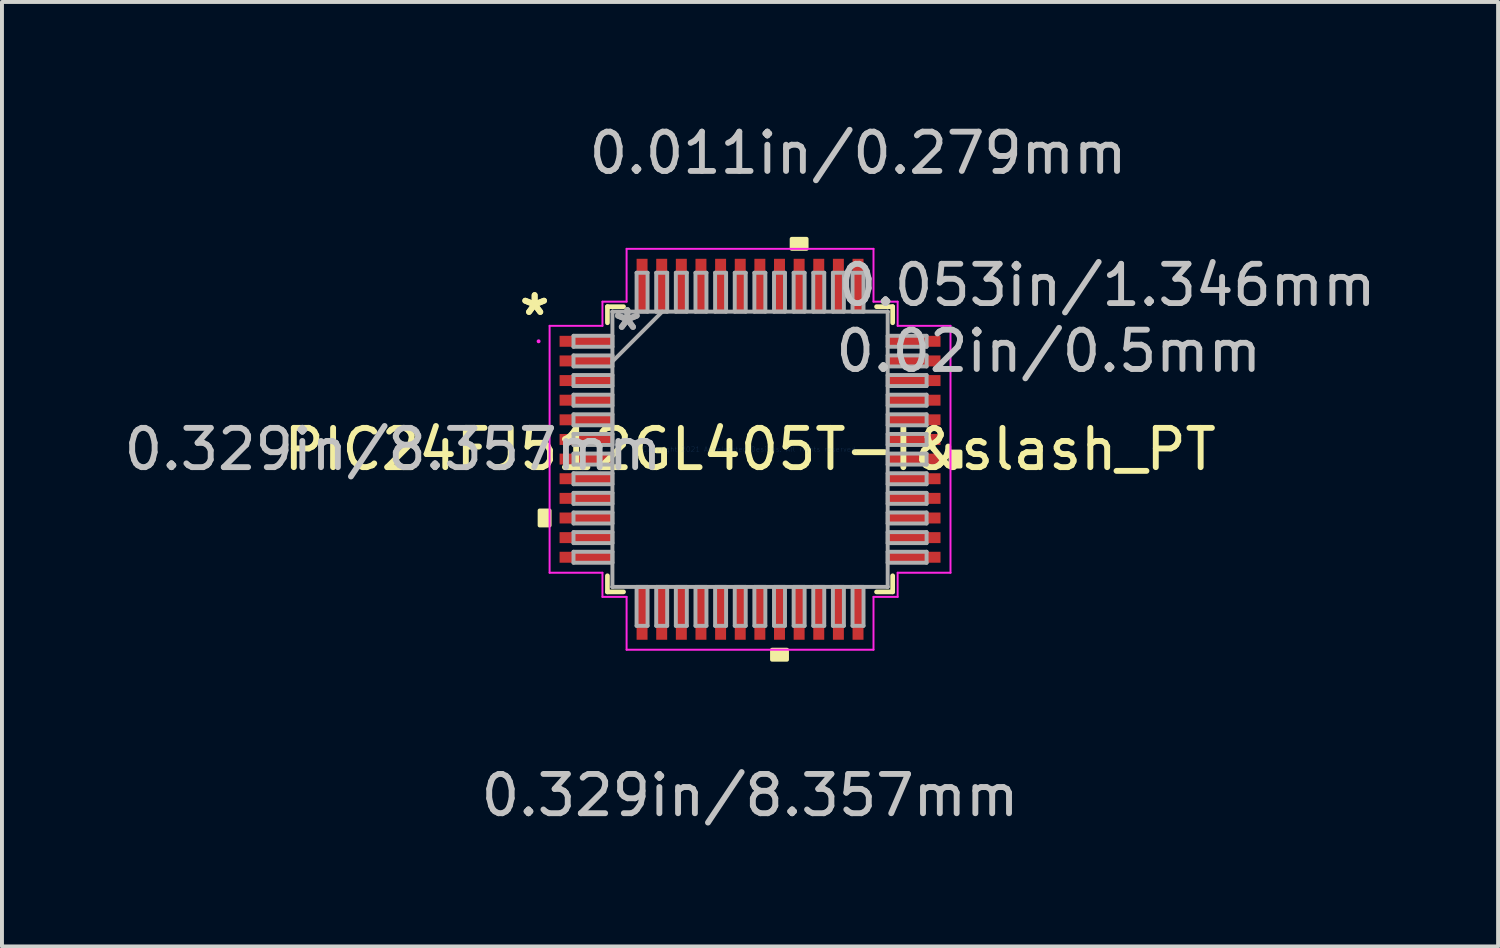
<source format=kicad_pcb>
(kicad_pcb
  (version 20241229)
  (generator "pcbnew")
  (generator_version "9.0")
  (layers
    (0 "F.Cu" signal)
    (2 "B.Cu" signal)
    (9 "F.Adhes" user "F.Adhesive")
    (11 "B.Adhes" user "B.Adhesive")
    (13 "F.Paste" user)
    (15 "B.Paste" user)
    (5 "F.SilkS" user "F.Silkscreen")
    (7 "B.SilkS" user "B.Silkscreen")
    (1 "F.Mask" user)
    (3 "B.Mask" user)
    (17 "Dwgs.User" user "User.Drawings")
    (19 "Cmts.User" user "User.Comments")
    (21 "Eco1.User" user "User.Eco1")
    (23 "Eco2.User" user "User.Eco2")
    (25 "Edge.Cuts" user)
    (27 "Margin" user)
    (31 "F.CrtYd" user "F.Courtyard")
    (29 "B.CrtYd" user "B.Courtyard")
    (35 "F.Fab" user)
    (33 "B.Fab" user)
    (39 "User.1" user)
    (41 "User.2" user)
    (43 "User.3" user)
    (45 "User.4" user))
  (footprint "PIC24FJ512GL405T-I&slash_PT"
    (layer "F.Cu")
    (at 16.052 8.392)
    (property "Reference" "PIC24FJ512GL405T-I&slash_PT" (at 0 0 0) (layer "F.SilkS") (effects (font (size 1 1) (thickness 0.15))))
    (attr through_hole)
    (fp_line (start -3.632 -3.632) (end -3.632 -3.222) (stroke (width 0.12) (type solid)) (layer "F.SilkS"))
    (fp_line (start -3.632 3.222) (end -3.632 3.632) (stroke (width 0.12) (type solid)) (layer "F.SilkS"))
    (fp_line (start -3.632 3.632) (end -3.222 3.632) (stroke (width 0.12) (type solid)) (layer "F.SilkS"))
    (fp_line (start -3.222 -3.632) (end -3.632 -3.632) (stroke (width 0.12) (type solid)) (layer "F.SilkS"))
    (fp_line (start 3.222 3.632) (end 3.632 3.632) (stroke (width 0.12) (type solid)) (layer "F.SilkS"))
    (fp_line (start 3.632 -3.632) (end 3.222 -3.632) (stroke (width 0.12) (type solid)) (layer "F.SilkS"))
    (fp_line (start 3.632 -3.222) (end 3.632 -3.632) (stroke (width 0.12) (type solid)) (layer "F.SilkS"))
    (fp_line (start 3.632 3.632) (end 3.632 3.222) (stroke (width 0.12) (type solid)) (layer "F.SilkS"))
    (fp_poly (pts (xy -5.359 1.559) (xy -5.359 1.94) (xy -5.105 1.94) (xy -5.105 1.559)) (stroke (width 0.1) (type solid)) (fill yes) (layer "F.SilkS"))
    (fp_poly (pts (xy 0.56 5.105) (xy 0.56 5.359) (xy 0.941 5.359) (xy 0.941 5.105)) (stroke (width 0.1) (type solid)) (fill yes) (layer "F.SilkS"))
    (fp_poly (pts (xy 1.06 -5.105) (xy 1.06 -5.359) (xy 1.44 -5.359) (xy 1.44 -5.105)) (stroke (width 0.1) (type solid)) (fill yes) (layer "F.SilkS"))
    (fp_poly (pts (xy 5.359 0.059) (xy 5.359 0.441) (xy 5.105 0.441) (xy 5.105 0.059)) (stroke (width 0.1) (type solid)) (fill yes) (layer "F.SilkS"))
    (fp_line (start -5.105 -3.144) (end -3.759 -3.144) (stroke (width 0.05) (type solid)) (layer "F.CrtYd"))
    (fp_line (start -5.105 3.144) (end -5.105 -3.144) (stroke (width 0.05) (type solid)) (layer "F.CrtYd"))
    (fp_line (start -3.759 -3.759) (end -3.144 -3.759) (stroke (width 0.05) (type solid)) (layer "F.CrtYd"))
    (fp_line (start -3.759 -3.144) (end -3.759 -3.759) (stroke (width 0.05) (type solid)) (layer "F.CrtYd"))
    (fp_line (start -3.759 3.144) (end -5.105 3.144) (stroke (width 0.05) (type solid)) (layer "F.CrtYd"))
    (fp_line (start -3.759 3.759) (end -3.759 3.144) (stroke (width 0.05) (type solid)) (layer "F.CrtYd"))
    (fp_line (start -3.144 -5.105) (end 3.144 -5.105) (stroke (width 0.05) (type solid)) (layer "F.CrtYd"))
    (fp_line (start -3.144 -3.759) (end -3.144 -5.105) (stroke (width 0.05) (type solid)) (layer "F.CrtYd"))
    (fp_line (start -3.144 3.759) (end -3.759 3.759) (stroke (width 0.05) (type solid)) (layer "F.CrtYd"))
    (fp_line (start -3.144 5.105) (end -3.144 3.759) (stroke (width 0.05) (type solid)) (layer "F.CrtYd"))
    (fp_line (start 3.144 -5.105) (end 3.144 -3.759) (stroke (width 0.05) (type solid)) (layer "F.CrtYd"))
    (fp_line (start 3.144 -3.759) (end 3.759 -3.759) (stroke (width 0.05) (type solid)) (layer "F.CrtYd"))
    (fp_line (start 3.144 3.759) (end 3.144 5.105) (stroke (width 0.05) (type solid)) (layer "F.CrtYd"))
    (fp_line (start 3.144 5.105) (end -3.144 5.105) (stroke (width 0.05) (type solid)) (layer "F.CrtYd"))
    (fp_line (start 3.759 -3.759) (end 3.759 -3.144) (stroke (width 0.05) (type solid)) (layer "F.CrtYd"))
    (fp_line (start 3.759 -3.144) (end 5.105 -3.144) (stroke (width 0.05) (type solid)) (layer "F.CrtYd"))
    (fp_line (start 3.759 3.144) (end 3.759 3.759) (stroke (width 0.05) (type solid)) (layer "F.CrtYd"))
    (fp_line (start 3.759 3.759) (end 3.144 3.759) (stroke (width 0.05) (type solid)) (layer "F.CrtYd"))
    (fp_line (start 5.105 -3.144) (end 5.105 3.144) (stroke (width 0.05) (type solid)) (layer "F.CrtYd"))
    (fp_line (start 5.105 3.144) (end 3.759 3.144) (stroke (width 0.05) (type solid)) (layer "F.CrtYd"))
    (fp_circle (center -5.385 -2.75) (end -5.385 -2.75) (stroke (width 0.05) (type solid)) (fill no) (layer "F.CrtYd"))
    (fp_line (start -4.496 -2.89) (end -4.496 -2.61) (stroke (width 0.1) (type solid)) (layer "F.Fab"))
    (fp_line (start -4.496 -2.61) (end -3.505 -2.61) (stroke (width 0.1) (type solid)) (layer "F.Fab"))
    (fp_line (start -4.496 -2.39) (end -4.496 -2.11) (stroke (width 0.1) (type solid)) (layer "F.Fab"))
    (fp_line (start -4.496 -2.11) (end -3.505 -2.11) (stroke (width 0.1) (type solid)) (layer "F.Fab"))
    (fp_line (start -4.496 -1.89) (end -4.496 -1.61) (stroke (width 0.1) (type solid)) (layer "F.Fab"))
    (fp_line (start -4.496 -1.61) (end -3.505 -1.61) (stroke (width 0.1) (type solid)) (layer "F.Fab"))
    (fp_line (start -4.496 -1.39) (end -4.496 -1.11) (stroke (width 0.1) (type solid)) (layer "F.Fab"))
    (fp_line (start -4.496 -1.11) (end -3.505 -1.11) (stroke (width 0.1) (type solid)) (layer "F.Fab"))
    (fp_line (start -4.496 -0.89) (end -4.496 -0.61) (stroke (width 0.1) (type solid)) (layer "F.Fab"))
    (fp_line (start -4.496 -0.61) (end -3.505 -0.61) (stroke (width 0.1) (type solid)) (layer "F.Fab"))
    (fp_line (start -4.496 -0.39) (end -4.496 -0.11) (stroke (width 0.1) (type solid)) (layer "F.Fab"))
    (fp_line (start -4.496 -0.11) (end -3.505 -0.11) (stroke (width 0.1) (type solid)) (layer "F.Fab"))
    (fp_line (start -4.496 0.11) (end -4.496 0.39) (stroke (width 0.1) (type solid)) (layer "F.Fab"))
    (fp_line (start -4.496 0.39) (end -3.505 0.39) (stroke (width 0.1) (type solid)) (layer "F.Fab"))
    (fp_line (start -4.496 0.61) (end -4.496 0.89) (stroke (width 0.1) (type solid)) (layer "F.Fab"))
    (fp_line (start -4.496 0.89) (end -3.505 0.89) (stroke (width 0.1) (type solid)) (layer "F.Fab"))
    (fp_line (start -4.496 1.11) (end -4.496 1.39) (stroke (width 0.1) (type solid)) (layer "F.Fab"))
    (fp_line (start -4.496 1.39) (end -3.505 1.39) (stroke (width 0.1) (type solid)) (layer "F.Fab"))
    (fp_line (start -4.496 1.61) (end -4.496 1.89) (stroke (width 0.1) (type solid)) (layer "F.Fab"))
    (fp_line (start -4.496 1.89) (end -3.505 1.89) (stroke (width 0.1) (type solid)) (layer "F.Fab"))
    (fp_line (start -4.496 2.11) (end -4.496 2.39) (stroke (width 0.1) (type solid)) (layer "F.Fab"))
    (fp_line (start -4.496 2.39) (end -3.505 2.39) (stroke (width 0.1) (type solid)) (layer "F.Fab"))
    (fp_line (start -4.496 2.61) (end -4.496 2.89) (stroke (width 0.1) (type solid)) (layer "F.Fab"))
    (fp_line (start -4.496 2.89) (end -3.505 2.89) (stroke (width 0.1) (type solid)) (layer "F.Fab"))
    (fp_line (start -3.505 -3.505) (end -3.505 -3.505) (stroke (width 0.1) (type solid)) (layer "F.Fab"))
    (fp_line (start -3.505 -3.505) (end -3.505 3.505) (stroke (width 0.1) (type solid)) (layer "F.Fab"))
    (fp_line (start -3.505 -2.89) (end -4.496 -2.89) (stroke (width 0.1) (type solid)) (layer "F.Fab"))
    (fp_line (start -3.505 -2.61) (end -3.505 -2.89) (stroke (width 0.1) (type solid)) (layer "F.Fab"))
    (fp_line (start -3.505 -2.39) (end -4.496 -2.39) (stroke (width 0.1) (type solid)) (layer "F.Fab"))
    (fp_line (start -3.505 -2.235) (end -2.235 -3.505) (stroke (width 0.1) (type solid)) (layer "F.Fab"))
    (fp_line (start -3.505 -2.11) (end -3.505 -2.39) (stroke (width 0.1) (type solid)) (layer "F.Fab"))
    (fp_line (start -3.505 -1.89) (end -4.496 -1.89) (stroke (width 0.1) (type solid)) (layer "F.Fab"))
    (fp_line (start -3.505 -1.61) (end -3.505 -1.89) (stroke (width 0.1) (type solid)) (layer "F.Fab"))
    (fp_line (start -3.505 -1.39) (end -4.496 -1.39) (stroke (width 0.1) (type solid)) (layer "F.Fab"))
    (fp_line (start -3.505 -1.11) (end -3.505 -1.39) (stroke (width 0.1) (type solid)) (layer "F.Fab"))
    (fp_line (start -3.505 -0.89) (end -4.496 -0.89) (stroke (width 0.1) (type solid)) (layer "F.Fab"))
    (fp_line (start -3.505 -0.61) (end -3.505 -0.89) (stroke (width 0.1) (type solid)) (layer "F.Fab"))
    (fp_line (start -3.505 -0.39) (end -4.496 -0.39) (stroke (width 0.1) (type solid)) (layer "F.Fab"))
    (fp_line (start -3.505 -0.11) (end -3.505 -0.39) (stroke (width 0.1) (type solid)) (layer "F.Fab"))
    (fp_line (start -3.505 0.11) (end -4.496 0.11) (stroke (width 0.1) (type solid)) (layer "F.Fab"))
    (fp_line (start -3.505 0.39) (end -3.505 0.11) (stroke (width 0.1) (type solid)) (layer "F.Fab"))
    (fp_line (start -3.505 0.61) (end -4.496 0.61) (stroke (width 0.1) (type solid)) (layer "F.Fab"))
    (fp_line (start -3.505 0.89) (end -3.505 0.61) (stroke (width 0.1) (type solid)) (layer "F.Fab"))
    (fp_line (start -3.505 1.11) (end -4.496 1.11) (stroke (width 0.1) (type solid)) (layer "F.Fab"))
    (fp_line (start -3.505 1.39) (end -3.505 1.11) (stroke (width 0.1) (type solid)) (layer "F.Fab"))
    (fp_line (start -3.505 1.61) (end -4.496 1.61) (stroke (width 0.1) (type solid)) (layer "F.Fab"))
    (fp_line (start -3.505 1.89) (end -3.505 1.61) (stroke (width 0.1) (type solid)) (layer "F.Fab"))
    (fp_line (start -3.505 2.11) (end -4.496 2.11) (stroke (width 0.1) (type solid)) (layer "F.Fab"))
    (fp_line (start -3.505 2.39) (end -3.505 2.11) (stroke (width 0.1) (type solid)) (layer "F.Fab"))
    (fp_line (start -3.505 2.61) (end -4.496 2.61) (stroke (width 0.1) (type solid)) (layer "F.Fab"))
    (fp_line (start -3.505 2.89) (end -3.505 2.61) (stroke (width 0.1) (type solid)) (layer "F.Fab"))
    (fp_line (start -3.505 3.505) (end -3.505 3.505) (stroke (width 0.1) (type solid)) (layer "F.Fab"))
    (fp_line (start -3.505 3.505) (end 3.505 3.505) (stroke (width 0.1) (type solid)) (layer "F.Fab"))
    (fp_line (start -2.89 -4.496) (end -2.89 -3.505) (stroke (width 0.1) (type solid)) (layer "F.Fab"))
    (fp_line (start -2.89 -3.505) (end -2.61 -3.505) (stroke (width 0.1) (type solid)) (layer "F.Fab"))
    (fp_line (start -2.89 3.505) (end -2.89 4.496) (stroke (width 0.1) (type solid)) (layer "F.Fab"))
    (fp_line (start -2.89 4.496) (end -2.61 4.496) (stroke (width 0.1) (type solid)) (layer "F.Fab"))
    (fp_line (start -2.61 -4.496) (end -2.89 -4.496) (stroke (width 0.1) (type solid)) (layer "F.Fab"))
    (fp_line (start -2.61 -3.505) (end -2.61 -4.496) (stroke (width 0.1) (type solid)) (layer "F.Fab"))
    (fp_line (start -2.61 3.505) (end -2.89 3.505) (stroke (width 0.1) (type solid)) (layer "F.Fab"))
    (fp_line (start -2.61 4.496) (end -2.61 3.505) (stroke (width 0.1) (type solid)) (layer "F.Fab"))
    (fp_line (start -2.39 -4.496) (end -2.39 -3.505) (stroke (width 0.1) (type solid)) (layer "F.Fab"))
    (fp_line (start -2.39 -3.505) (end -2.11 -3.505) (stroke (width 0.1) (type solid)) (layer "F.Fab"))
    (fp_line (start -2.39 3.505) (end -2.39 4.496) (stroke (width 0.1) (type solid)) (layer "F.Fab"))
    (fp_line (start -2.39 4.496) (end -2.11 4.496) (stroke (width 0.1) (type solid)) (layer "F.Fab"))
    (fp_line (start -2.11 -4.496) (end -2.39 -4.496) (stroke (width 0.1) (type solid)) (layer "F.Fab"))
    (fp_line (start -2.11 -3.505) (end -2.11 -4.496) (stroke (width 0.1) (type solid)) (layer "F.Fab"))
    (fp_line (start -2.11 3.505) (end -2.39 3.505) (stroke (width 0.1) (type solid)) (layer "F.Fab"))
    (fp_line (start -2.11 4.496) (end -2.11 3.505) (stroke (width 0.1) (type solid)) (layer "F.Fab"))
    (fp_line (start -1.89 -4.496) (end -1.89 -3.505) (stroke (width 0.1) (type solid)) (layer "F.Fab"))
    (fp_line (start -1.89 -3.505) (end -1.61 -3.505) (stroke (width 0.1) (type solid)) (layer "F.Fab"))
    (fp_line (start -1.89 3.505) (end -1.89 4.496) (stroke (width 0.1) (type solid)) (layer "F.Fab"))
    (fp_line (start -1.89 4.496) (end -1.61 4.496) (stroke (width 0.1) (type solid)) (layer "F.Fab"))
    (fp_line (start -1.61 -4.496) (end -1.89 -4.496) (stroke (width 0.1) (type solid)) (layer "F.Fab"))
    (fp_line (start -1.61 -3.505) (end -1.61 -4.496) (stroke (width 0.1) (type solid)) (layer "F.Fab"))
    (fp_line (start -1.61 3.505) (end -1.89 3.505) (stroke (width 0.1) (type solid)) (layer "F.Fab"))
    (fp_line (start -1.61 4.496) (end -1.61 3.505) (stroke (width 0.1) (type solid)) (layer "F.Fab"))
    (fp_line (start -1.39 -4.496) (end -1.39 -3.505) (stroke (width 0.1) (type solid)) (layer "F.Fab"))
    (fp_line (start -1.39 -3.505) (end -1.11 -3.505) (stroke (width 0.1) (type solid)) (layer "F.Fab"))
    (fp_line (start -1.39 3.505) (end -1.39 4.496) (stroke (width 0.1) (type solid)) (layer "F.Fab"))
    (fp_line (start -1.39 4.496) (end -1.11 4.496) (stroke (width 0.1) (type solid)) (layer "F.Fab"))
    (fp_line (start -1.11 -4.496) (end -1.39 -4.496) (stroke (width 0.1) (type solid)) (layer "F.Fab"))
    (fp_line (start -1.11 -3.505) (end -1.11 -4.496) (stroke (width 0.1) (type solid)) (layer "F.Fab"))
    (fp_line (start -1.11 3.505) (end -1.39 3.505) (stroke (width 0.1) (type solid)) (layer "F.Fab"))
    (fp_line (start -1.11 4.496) (end -1.11 3.505) (stroke (width 0.1) (type solid)) (layer "F.Fab"))
    (fp_line (start -0.89 -4.496) (end -0.89 -3.505) (stroke (width 0.1) (type solid)) (layer "F.Fab"))
    (fp_line (start -0.89 -3.505) (end -0.61 -3.505) (stroke (width 0.1) (type solid)) (layer "F.Fab"))
    (fp_line (start -0.89 3.505) (end -0.89 4.496) (stroke (width 0.1) (type solid)) (layer "F.Fab"))
    (fp_line (start -0.89 4.496) (end -0.61 4.496) (stroke (width 0.1) (type solid)) (layer "F.Fab"))
    (fp_line (start -0.61 -4.496) (end -0.89 -4.496) (stroke (width 0.1) (type solid)) (layer "F.Fab"))
    (fp_line (start -0.61 -3.505) (end -0.61 -4.496) (stroke (width 0.1) (type solid)) (layer "F.Fab"))
    (fp_line (start -0.61 3.505) (end -0.89 3.505) (stroke (width 0.1) (type solid)) (layer "F.Fab"))
    (fp_line (start -0.61 4.496) (end -0.61 3.505) (stroke (width 0.1) (type solid)) (layer "F.Fab"))
    (fp_line (start -0.39 -4.496) (end -0.39 -3.505) (stroke (width 0.1) (type solid)) (layer "F.Fab"))
    (fp_line (start -0.39 -3.505) (end -0.11 -3.505) (stroke (width 0.1) (type solid)) (layer "F.Fab"))
    (fp_line (start -0.39 3.505) (end -0.39 4.496) (stroke (width 0.1) (type solid)) (layer "F.Fab"))
    (fp_line (start -0.39 4.496) (end -0.11 4.496) (stroke (width 0.1) (type solid)) (layer "F.Fab"))
    (fp_line (start -0.11 -4.496) (end -0.39 -4.496) (stroke (width 0.1) (type solid)) (layer "F.Fab"))
    (fp_line (start -0.11 -3.505) (end -0.11 -4.496) (stroke (width 0.1) (type solid)) (layer "F.Fab"))
    (fp_line (start -0.11 3.505) (end -0.39 3.505) (stroke (width 0.1) (type solid)) (layer "F.Fab"))
    (fp_line (start -0.11 4.496) (end -0.11 3.505) (stroke (width 0.1) (type solid)) (layer "F.Fab"))
    (fp_line (start 0.11 -4.496) (end 0.11 -3.505) (stroke (width 0.1) (type solid)) (layer "F.Fab"))
    (fp_line (start 0.11 -3.505) (end 0.39 -3.505) (stroke (width 0.1) (type solid)) (layer "F.Fab"))
    (fp_line (start 0.11 3.505) (end 0.11 4.496) (stroke (width 0.1) (type solid)) (layer "F.Fab"))
    (fp_line (start 0.11 4.496) (end 0.39 4.496) (stroke (width 0.1) (type solid)) (layer "F.Fab"))
    (fp_line (start 0.39 -4.496) (end 0.11 -4.496) (stroke (width 0.1) (type solid)) (layer "F.Fab"))
    (fp_line (start 0.39 -3.505) (end 0.39 -4.496) (stroke (width 0.1) (type solid)) (layer "F.Fab"))
    (fp_line (start 0.39 3.505) (end 0.11 3.505) (stroke (width 0.1) (type solid)) (layer "F.Fab"))
    (fp_line (start 0.39 4.496) (end 0.39 3.505) (stroke (width 0.1) (type solid)) (layer "F.Fab"))
    (fp_line (start 0.61 -4.496) (end 0.61 -3.505) (stroke (width 0.1) (type solid)) (layer "F.Fab"))
    (fp_line (start 0.61 -3.505) (end 0.89 -3.505) (stroke (width 0.1) (type solid)) (layer "F.Fab"))
    (fp_line (start 0.61 3.505) (end 0.61 4.496) (stroke (width 0.1) (type solid)) (layer "F.Fab"))
    (fp_line (start 0.61 4.496) (end 0.89 4.496) (stroke (width 0.1) (type solid)) (layer "F.Fab"))
    (fp_line (start 0.89 -4.496) (end 0.61 -4.496) (stroke (width 0.1) (type solid)) (layer "F.Fab"))
    (fp_line (start 0.89 -3.505) (end 0.89 -4.496) (stroke (width 0.1) (type solid)) (layer "F.Fab"))
    (fp_line (start 0.89 3.505) (end 0.61 3.505) (stroke (width 0.1) (type solid)) (layer "F.Fab"))
    (fp_line (start 0.89 4.496) (end 0.89 3.505) (stroke (width 0.1) (type solid)) (layer "F.Fab"))
    (fp_line (start 1.11 -4.496) (end 1.11 -3.505) (stroke (width 0.1) (type solid)) (layer "F.Fab"))
    (fp_line (start 1.11 -3.505) (end 1.39 -3.505) (stroke (width 0.1) (type solid)) (layer "F.Fab"))
    (fp_line (start 1.11 3.505) (end 1.11 4.496) (stroke (width 0.1) (type solid)) (layer "F.Fab"))
    (fp_line (start 1.11 4.496) (end 1.39 4.496) (stroke (width 0.1) (type solid)) (layer "F.Fab"))
    (fp_line (start 1.39 -4.496) (end 1.11 -4.496) (stroke (width 0.1) (type solid)) (layer "F.Fab"))
    (fp_line (start 1.39 -3.505) (end 1.39 -4.496) (stroke (width 0.1) (type solid)) (layer "F.Fab"))
    (fp_line (start 1.39 3.505) (end 1.11 3.505) (stroke (width 0.1) (type solid)) (layer "F.Fab"))
    (fp_line (start 1.39 4.496) (end 1.39 3.505) (stroke (width 0.1) (type solid)) (layer "F.Fab"))
    (fp_line (start 1.61 -4.496) (end 1.61 -3.505) (stroke (width 0.1) (type solid)) (layer "F.Fab"))
    (fp_line (start 1.61 -3.505) (end 1.89 -3.505) (stroke (width 0.1) (type solid)) (layer "F.Fab"))
    (fp_line (start 1.61 3.505) (end 1.61 4.496) (stroke (width 0.1) (type solid)) (layer "F.Fab"))
    (fp_line (start 1.61 4.496) (end 1.89 4.496) (stroke (width 0.1) (type solid)) (layer "F.Fab"))
    (fp_line (start 1.89 -4.496) (end 1.61 -4.496) (stroke (width 0.1) (type solid)) (layer "F.Fab"))
    (fp_line (start 1.89 -3.505) (end 1.89 -4.496) (stroke (width 0.1) (type solid)) (layer "F.Fab"))
    (fp_line (start 1.89 3.505) (end 1.61 3.505) (stroke (width 0.1) (type solid)) (layer "F.Fab"))
    (fp_line (start 1.89 4.496) (end 1.89 3.505) (stroke (width 0.1) (type solid)) (layer "F.Fab"))
    (fp_line (start 2.11 -4.496) (end 2.11 -3.505) (stroke (width 0.1) (type solid)) (layer "F.Fab"))
    (fp_line (start 2.11 -3.505) (end 2.39 -3.505) (stroke (width 0.1) (type solid)) (layer "F.Fab"))
    (fp_line (start 2.11 3.505) (end 2.11 4.496) (stroke (width 0.1) (type solid)) (layer "F.Fab"))
    (fp_line (start 2.11 4.496) (end 2.39 4.496) (stroke (width 0.1) (type solid)) (layer "F.Fab"))
    (fp_line (start 2.39 -4.496) (end 2.11 -4.496) (stroke (width 0.1) (type solid)) (layer "F.Fab"))
    (fp_line (start 2.39 -3.505) (end 2.39 -4.496) (stroke (width 0.1) (type solid)) (layer "F.Fab"))
    (fp_line (start 2.39 3.505) (end 2.11 3.505) (stroke (width 0.1) (type solid)) (layer "F.Fab"))
    (fp_line (start 2.39 4.496) (end 2.39 3.505) (stroke (width 0.1) (type solid)) (layer "F.Fab"))
    (fp_line (start 2.61 -4.496) (end 2.61 -3.505) (stroke (width 0.1) (type solid)) (layer "F.Fab"))
    (fp_line (start 2.61 -3.505) (end 2.89 -3.505) (stroke (width 0.1) (type solid)) (layer "F.Fab"))
    (fp_line (start 2.61 3.505) (end 2.61 4.496) (stroke (width 0.1) (type solid)) (layer "F.Fab"))
    (fp_line (start 2.61 4.496) (end 2.89 4.496) (stroke (width 0.1) (type solid)) (layer "F.Fab"))
    (fp_line (start 2.89 -4.496) (end 2.61 -4.496) (stroke (width 0.1) (type solid)) (layer "F.Fab"))
    (fp_line (start 2.89 -3.505) (end 2.89 -4.496) (stroke (width 0.1) (type solid)) (layer "F.Fab"))
    (fp_line (start 2.89 3.505) (end 2.61 3.505) (stroke (width 0.1) (type solid)) (layer "F.Fab"))
    (fp_line (start 2.89 4.496) (end 2.89 3.505) (stroke (width 0.1) (type solid)) (layer "F.Fab"))
    (fp_line (start 3.505 -3.505) (end -3.505 -3.505) (stroke (width 0.1) (type solid)) (layer "F.Fab"))
    (fp_line (start 3.505 -3.505) (end 3.505 -3.505) (stroke (width 0.1) (type solid)) (layer "F.Fab"))
    (fp_line (start 3.505 -2.89) (end 3.505 -2.61) (stroke (width 0.1) (type solid)) (layer "F.Fab"))
    (fp_line (start 3.505 -2.61) (end 4.496 -2.61) (stroke (width 0.1) (type solid)) (layer "F.Fab"))
    (fp_line (start 3.505 -2.39) (end 3.505 -2.11) (stroke (width 0.1) (type solid)) (layer "F.Fab"))
    (fp_line (start 3.505 -2.11) (end 4.496 -2.11) (stroke (width 0.1) (type solid)) (layer "F.Fab"))
    (fp_line (start 3.505 -1.89) (end 3.505 -1.61) (stroke (width 0.1) (type solid)) (layer "F.Fab"))
    (fp_line (start 3.505 -1.61) (end 4.496 -1.61) (stroke (width 0.1) (type solid)) (layer "F.Fab"))
    (fp_line (start 3.505 -1.39) (end 3.505 -1.11) (stroke (width 0.1) (type solid)) (layer "F.Fab"))
    (fp_line (start 3.505 -1.11) (end 4.496 -1.11) (stroke (width 0.1) (type solid)) (layer "F.Fab"))
    (fp_line (start 3.505 -0.89) (end 3.505 -0.61) (stroke (width 0.1) (type solid)) (layer "F.Fab"))
    (fp_line (start 3.505 -0.61) (end 4.496 -0.61) (stroke (width 0.1) (type solid)) (layer "F.Fab"))
    (fp_line (start 3.505 -0.39) (end 3.505 -0.11) (stroke (width 0.1) (type solid)) (layer "F.Fab"))
    (fp_line (start 3.505 -0.11) (end 4.496 -0.11) (stroke (width 0.1) (type solid)) (layer "F.Fab"))
    (fp_line (start 3.505 0.11) (end 3.505 0.39) (stroke (width 0.1) (type solid)) (layer "F.Fab"))
    (fp_line (start 3.505 0.39) (end 4.496 0.39) (stroke (width 0.1) (type solid)) (layer "F.Fab"))
    (fp_line (start 3.505 0.61) (end 3.505 0.89) (stroke (width 0.1) (type solid)) (layer "F.Fab"))
    (fp_line (start 3.505 0.89) (end 4.496 0.89) (stroke (width 0.1) (type solid)) (layer "F.Fab"))
    (fp_line (start 3.505 1.11) (end 3.505 1.39) (stroke (width 0.1) (type solid)) (layer "F.Fab"))
    (fp_line (start 3.505 1.39) (end 4.496 1.39) (stroke (width 0.1) (type solid)) (layer "F.Fab"))
    (fp_line (start 3.505 1.61) (end 3.505 1.89) (stroke (width 0.1) (type solid)) (layer "F.Fab"))
    (fp_line (start 3.505 1.89) (end 4.496 1.89) (stroke (width 0.1) (type solid)) (layer "F.Fab"))
    (fp_line (start 3.505 2.11) (end 3.505 2.39) (stroke (width 0.1) (type solid)) (layer "F.Fab"))
    (fp_line (start 3.505 2.39) (end 4.496 2.39) (stroke (width 0.1) (type solid)) (layer "F.Fab"))
    (fp_line (start 3.505 2.61) (end 3.505 2.89) (stroke (width 0.1) (type solid)) (layer "F.Fab"))
    (fp_line (start 3.505 2.89) (end 4.496 2.89) (stroke (width 0.1) (type solid)) (layer "F.Fab"))
    (fp_line (start 3.505 3.505) (end 3.505 -3.505) (stroke (width 0.1) (type solid)) (layer "F.Fab"))
    (fp_line (start 3.505 3.505) (end 3.505 3.505) (stroke (width 0.1) (type solid)) (layer "F.Fab"))
    (fp_line (start 4.496 -2.89) (end 3.505 -2.89) (stroke (width 0.1) (type solid)) (layer "F.Fab"))
    (fp_line (start 4.496 -2.61) (end 4.496 -2.89) (stroke (width 0.1) (type solid)) (layer "F.Fab"))
    (fp_line (start 4.496 -2.39) (end 3.505 -2.39) (stroke (width 0.1) (type solid)) (layer "F.Fab"))
    (fp_line (start 4.496 -2.11) (end 4.496 -2.39) (stroke (width 0.1) (type solid)) (layer "F.Fab"))
    (fp_line (start 4.496 -1.89) (end 3.505 -1.89) (stroke (width 0.1) (type solid)) (layer "F.Fab"))
    (fp_line (start 4.496 -1.61) (end 4.496 -1.89) (stroke (width 0.1) (type solid)) (layer "F.Fab"))
    (fp_line (start 4.496 -1.39) (end 3.505 -1.39) (stroke (width 0.1) (type solid)) (layer "F.Fab"))
    (fp_line (start 4.496 -1.11) (end 4.496 -1.39) (stroke (width 0.1) (type solid)) (layer "F.Fab"))
    (fp_line (start 4.496 -0.89) (end 3.505 -0.89) (stroke (width 0.1) (type solid)) (layer "F.Fab"))
    (fp_line (start 4.496 -0.61) (end 4.496 -0.89) (stroke (width 0.1) (type solid)) (layer "F.Fab"))
    (fp_line (start 4.496 -0.39) (end 3.505 -0.39) (stroke (width 0.1) (type solid)) (layer "F.Fab"))
    (fp_line (start 4.496 -0.11) (end 4.496 -0.39) (stroke (width 0.1) (type solid)) (layer "F.Fab"))
    (fp_line (start 4.496 0.11) (end 3.505 0.11) (stroke (width 0.1) (type solid)) (layer "F.Fab"))
    (fp_line (start 4.496 0.39) (end 4.496 0.11) (stroke (width 0.1) (type solid)) (layer "F.Fab"))
    (fp_line (start 4.496 0.61) (end 3.505 0.61) (stroke (width 0.1) (type solid)) (layer "F.Fab"))
    (fp_line (start 4.496 0.89) (end 4.496 0.61) (stroke (width 0.1) (type solid)) (layer "F.Fab"))
    (fp_line (start 4.496 1.11) (end 3.505 1.11) (stroke (width 0.1) (type solid)) (layer "F.Fab"))
    (fp_line (start 4.496 1.39) (end 4.496 1.11) (stroke (width 0.1) (type solid)) (layer "F.Fab"))
    (fp_line (start 4.496 1.61) (end 3.505 1.61) (stroke (width 0.1) (type solid)) (layer "F.Fab"))
    (fp_line (start 4.496 1.89) (end 4.496 1.61) (stroke (width 0.1) (type solid)) (layer "F.Fab"))
    (fp_line (start 4.496 2.11) (end 3.505 2.11) (stroke (width 0.1) (type solid)) (layer "F.Fab"))
    (fp_line (start 4.496 2.39) (end 4.496 2.11) (stroke (width 0.1) (type solid)) (layer "F.Fab"))
    (fp_line (start 4.496 2.61) (end 3.505 2.61) (stroke (width 0.1) (type solid)) (layer "F.Fab"))
    (fp_line (start 4.496 2.89) (end 4.496 2.61) (stroke (width 0.1) (type solid)) (layer "F.Fab"))
    (fp_text user "*" (at -5.486 -3.381 0) (layer "F.SilkS") (effects (font (size 1 1) (thickness 0.15))))
    (fp_text user "*" (at -5.486 -3.381 0) (layer "F.SilkS") (effects (font (size 1 1) (thickness 0.15))))
    (fp_text user "0.329in/8.357mm" (at -9.093 0 0) (layer "Dwgs.User") (effects (font (size 1 1) (thickness 0.15))))
    (fp_text user "0.053in/1.346mm" (at 9.093 -4.178 0) (layer "Dwgs.User") (effects (font (size 1 1) (thickness 0.15))))
    (fp_text user "0.329in/8.357mm" (at 0 8.814 0) (layer "Dwgs.User") (effects (font (size 1 1) (thickness 0.15))))
    (fp_text user "0.02in/0.5mm" (at 7.607 -2.5 0) (layer "Dwgs.User") (effects (font (size 1 1) (thickness 0.15))))
    (fp_text user "0.011in/0.279mm" (at 2.75 -7.544 0) (layer "Dwgs.User") (effects (font (size 1 1) (thickness 0.15))))
    (fp_text user "Copyright 2021 Accelerated Designs. All rights reserved." (at 0 0 0) (layer "Cmts.User") (effects (font (size 0.127 0.127) (thickness 0.002))))
    (fp_text user "*" (at -3.124 -3 0) (layer "F.Fab") (effects (font (size 1 1) (thickness 0.15))))
    (fp_text user "*" (at -3.124 -3 0) (layer "F.Fab") (effects (font (size 1 1) (thickness 0.15))))
    (pad "1" smd rect (at -4.178 -2.75 90) (size 0.279 1.346) (layers "F.Cu" "F.Mask" "F.Paste"))
    (pad "2" smd rect (at -4.178 -2.25 90) (size 0.279 1.346) (layers "F.Cu" "F.Mask" "F.Paste"))
    (pad "3" smd rect (at -4.178 -1.75 90) (size 0.279 1.346) (layers "F.Cu" "F.Mask" "F.Paste"))
    (pad "4" smd rect (at -4.178 -1.25 90) (size 0.279 1.346) (layers "F.Cu" "F.Mask" "F.Paste"))
    (pad "5" smd rect (at -4.178 -0.75 90) (size 0.279 1.346) (layers "F.Cu" "F.Mask" "F.Paste"))
    (pad "6" smd rect (at -4.178 -0.25 90) (size 0.279 1.346) (layers "F.Cu" "F.Mask" "F.Paste"))
    (pad "7" smd rect (at -4.178 0.25 90) (size 0.279 1.346) (layers "F.Cu" "F.Mask" "F.Paste"))
    (pad "8" smd rect (at -4.178 0.75 90) (size 0.279 1.346) (layers "F.Cu" "F.Mask" "F.Paste"))
    (pad "9" smd rect (at -4.178 1.25 90) (size 0.279 1.346) (layers "F.Cu" "F.Mask" "F.Paste"))
    (pad "10" smd rect (at -4.178 1.75 90) (size 0.279 1.346) (layers "F.Cu" "F.Mask" "F.Paste"))
    (pad "11" smd rect (at -4.178 2.25 90) (size 0.279 1.346) (layers "F.Cu" "F.Mask" "F.Paste"))
    (pad "12" smd rect (at -4.178 2.75 90) (size 0.279 1.346) (layers "F.Cu" "F.Mask" "F.Paste"))
    (pad "13" smd rect (at -2.75 4.178) (size 0.279 1.346) (layers "F.Cu" "F.Mask" "F.Paste"))
    (pad "14" smd rect (at -2.25 4.178) (size 0.279 1.346) (layers "F.Cu" "F.Mask" "F.Paste"))
    (pad "15" smd rect (at -1.75 4.178) (size 0.279 1.346) (layers "F.Cu" "F.Mask" "F.Paste"))
    (pad "16" smd rect (at -1.25 4.178) (size 0.279 1.346) (layers "F.Cu" "F.Mask" "F.Paste"))
    (pad "17" smd rect (at -0.75 4.178) (size 0.279 1.346) (layers "F.Cu" "F.Mask" "F.Paste"))
    (pad "18" smd rect (at -0.25 4.178) (size 0.279 1.346) (layers "F.Cu" "F.Mask" "F.Paste"))
    (pad "19" smd rect (at 0.25 4.178) (size 0.279 1.346) (layers "F.Cu" "F.Mask" "F.Paste"))
    (pad "20" smd rect (at 0.75 4.178) (size 0.279 1.346) (layers "F.Cu" "F.Mask" "F.Paste"))
    (pad "21" smd rect (at 1.25 4.178) (size 0.279 1.346) (layers "F.Cu" "F.Mask" "F.Paste"))
    (pad "22" smd rect (at 1.75 4.178) (size 0.279 1.346) (layers "F.Cu" "F.Mask" "F.Paste"))
    (pad "23" smd rect (at 2.25 4.178) (size 0.279 1.346) (layers "F.Cu" "F.Mask" "F.Paste"))
    (pad "24" smd rect (at 2.75 4.178) (size 0.279 1.346) (layers "F.Cu" "F.Mask" "F.Paste"))
    (pad "25" smd rect (at 4.178 2.75 90) (size 0.279 1.346) (layers "F.Cu" "F.Mask" "F.Paste"))
    (pad "26" smd rect (at 4.178 2.25 90) (size 0.279 1.346) (layers "F.Cu" "F.Mask" "F.Paste"))
    (pad "27" smd rect (at 4.178 1.75 90) (size 0.279 1.346) (layers "F.Cu" "F.Mask" "F.Paste"))
    (pad "28" smd rect (at 4.178 1.25 90) (size 0.279 1.346) (layers "F.Cu" "F.Mask" "F.Paste"))
    (pad "29" smd rect (at 4.178 0.75 90) (size 0.279 1.346) (layers "F.Cu" "F.Mask" "F.Paste"))
    (pad "30" smd rect (at 4.178 0.25 90) (size 0.279 1.346) (layers "F.Cu" "F.Mask" "F.Paste"))
    (pad "31" smd rect (at 4.178 -0.25 90) (size 0.279 1.346) (layers "F.Cu" "F.Mask" "F.Paste"))
    (pad "32" smd rect (at 4.178 -0.75 90) (size 0.279 1.346) (layers "F.Cu" "F.Mask" "F.Paste"))
    (pad "33" smd rect (at 4.178 -1.25 90) (size 0.279 1.346) (layers "F.Cu" "F.Mask" "F.Paste"))
    (pad "34" smd rect (at 4.178 -1.75 90) (size 0.279 1.346) (layers "F.Cu" "F.Mask" "F.Paste"))
    (pad "35" smd rect (at 4.178 -2.25 90) (size 0.279 1.346) (layers "F.Cu" "F.Mask" "F.Paste"))
    (pad "36" smd rect (at 4.178 -2.75 90) (size 0.279 1.346) (layers "F.Cu" "F.Mask" "F.Paste"))
    (pad "37" smd rect (at 2.75 -4.178) (size 0.279 1.346) (layers "F.Cu" "F.Mask" "F.Paste"))
    (pad "38" smd rect (at 2.25 -4.178) (size 0.279 1.346) (layers "F.Cu" "F.Mask" "F.Paste"))
    (pad "39" smd rect (at 1.75 -4.178) (size 0.279 1.346) (layers "F.Cu" "F.Mask" "F.Paste"))
    (pad "40" smd rect (at 1.25 -4.178) (size 0.279 1.346) (layers "F.Cu" "F.Mask" "F.Paste"))
    (pad "41" smd rect (at 0.75 -4.178) (size 0.279 1.346) (layers "F.Cu" "F.Mask" "F.Paste"))
    (pad "42" smd rect (at 0.25 -4.178) (size 0.279 1.346) (layers "F.Cu" "F.Mask" "F.Paste"))
    (pad "43" smd rect (at -0.25 -4.178) (size 0.279 1.346) (layers "F.Cu" "F.Mask" "F.Paste"))
    (pad "44" smd rect (at -0.75 -4.178) (size 0.279 1.346) (layers "F.Cu" "F.Mask" "F.Paste"))
    (pad "45" smd rect (at -1.25 -4.178) (size 0.279 1.346) (layers "F.Cu" "F.Mask" "F.Paste"))
    (pad "46" smd rect (at -1.75 -4.178) (size 0.279 1.346) (layers "F.Cu" "F.Mask" "F.Paste"))
    (pad "47" smd rect (at -2.25 -4.178) (size 0.279 1.346) (layers "F.Cu" "F.Mask" "F.Paste"))
    (pad "48" smd rect (at -2.75 -4.178) (size 0.279 1.346) (layers "F.Cu" "F.Mask" "F.Paste")))
  (gr_rect
    (start -3 -3)
    (end 35.103 21.054)
    (stroke (width 0.1) (type default))
    (fill no)
    (layer "Edge.Cuts")))
</source>
